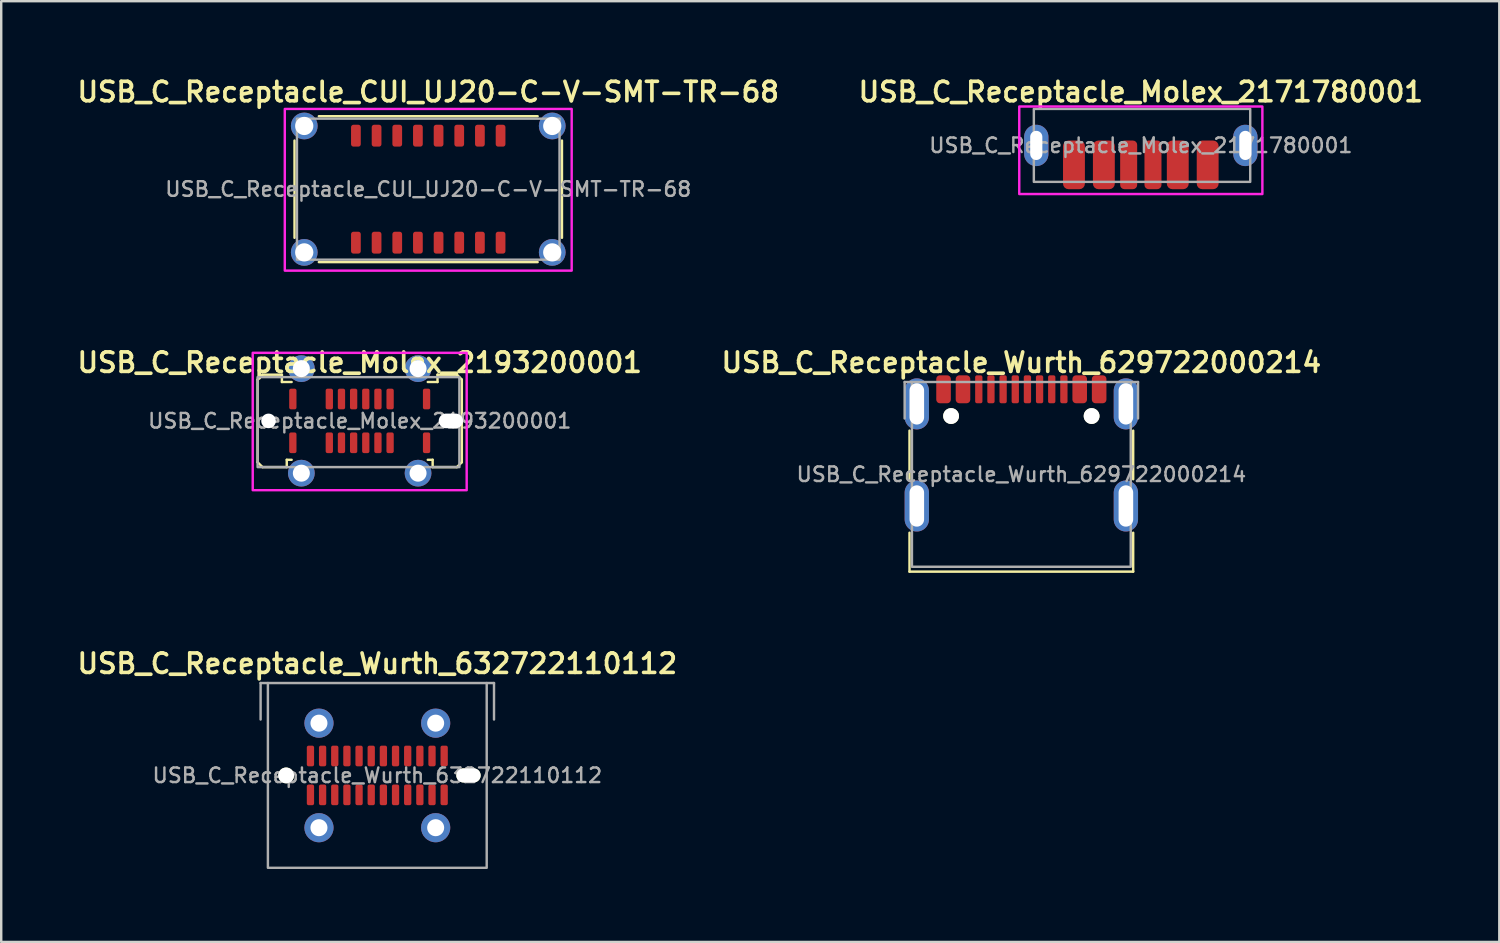
<source format=kicad_pcb>
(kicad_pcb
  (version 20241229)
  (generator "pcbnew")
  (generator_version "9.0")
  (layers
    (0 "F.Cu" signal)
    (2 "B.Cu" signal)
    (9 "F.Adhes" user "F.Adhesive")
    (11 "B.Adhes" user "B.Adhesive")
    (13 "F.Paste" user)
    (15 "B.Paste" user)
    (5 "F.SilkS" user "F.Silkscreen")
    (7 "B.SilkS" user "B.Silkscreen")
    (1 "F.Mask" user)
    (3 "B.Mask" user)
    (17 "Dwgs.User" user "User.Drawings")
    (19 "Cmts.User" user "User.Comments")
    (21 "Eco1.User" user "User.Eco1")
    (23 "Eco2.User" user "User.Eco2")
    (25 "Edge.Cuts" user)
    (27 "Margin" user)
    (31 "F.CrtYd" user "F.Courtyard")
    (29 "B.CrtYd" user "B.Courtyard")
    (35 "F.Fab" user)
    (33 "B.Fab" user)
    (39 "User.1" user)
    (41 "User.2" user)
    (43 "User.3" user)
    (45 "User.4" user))
  (footprint "USB_C_Receptacle_Wurth_629722000214"
    (layer "F.Cu")
    (at 38.959 16.462)
    (property "Reference" "USB_C_Receptacle_Wurth_629722000214" (at 0 -4.6 0) (unlocked yes) (layer "F.SilkS") (effects (font (size 0.8 0.8) (thickness 0.15) (bold yes))))
    (attr smd)
    (fp_line (start -4.6 0.2) (end -4.6 -1.8) (stroke (width 0.1) (type default)) (layer "F.SilkS"))
    (fp_line (start -4.6 2.4) (end -4.6 4) (stroke (width 0.1) (type default)) (layer "F.SilkS"))
    (fp_line (start -4.6 4) (end 4.6 4) (stroke (width 0.1) (type default)) (layer "F.SilkS"))
    (fp_line (start 4.6 0.2) (end 4.6 -1.8) (stroke (width 0.1) (type default)) (layer "F.SilkS"))
    (fp_line (start 4.6 4) (end 4.6 2.4) (stroke (width 0.1) (type default)) (layer "F.SilkS"))
    (fp_line (start -4.8 -3.8) (end -4.5 -3.8) (stroke (width 0.1) (type default)) (layer "F.Fab"))
    (fp_line (start -4.8 -2.3) (end -4.8 -3.8) (stroke (width 0.1) (type default)) (layer "F.Fab"))
    (fp_line (start 4.5 -3.8) (end 4.8 -3.8) (stroke (width 0.1) (type default)) (layer "F.Fab"))
    (fp_line (start 4.8 -3.8) (end 4.8 -2.3) (stroke (width 0.1) (type default)) (layer "F.Fab"))
    (fp_rect (start -4.5 3.8) (end 4.5 -3.8) (stroke (width 0.1) (type default)) (fill no) (layer "F.Fab"))
    (fp_text user "${REFERENCE}" (at 0 0 0) (unlocked yes) (layer "F.Fab") (effects (font (size 0.6 0.6) (thickness 0.1) (bold yes))))
    (pad "" np_thru_hole circle (at -2.89 -2.4) (size 0.65 0.65) (drill 0.65) (layers "F.SilkS"))
    (pad "" np_thru_hole circle (at 2.89 -2.4) (size 0.65 0.65) (drill 0.65) (layers "F.SilkS"))
    (pad "A1" smd roundrect (at -3.2 -3.5) (size 0.6 1.15) (layers "F.Cu" "F.Mask" "F.Paste") (roundrect_rratio 0.25))
    (pad "A4" smd roundrect (at -2.4 -3.5) (size 0.6 1.15) (layers "F.Cu" "F.Mask" "F.Paste") (roundrect_rratio 0.25))
    (pad "A5" smd roundrect (at -1.25 -3.5) (size 0.3 1.15) (layers "F.Cu" "F.Mask" "F.Paste") (roundrect_rratio 0.25))
    (pad "A6" smd roundrect (at -0.25 -3.5) (size 0.3 1.15) (layers "F.Cu" "F.Mask" "F.Paste") (roundrect_rratio 0.25))
    (pad "A7" smd roundrect (at 0.25 -3.5) (size 0.3 1.15) (layers "F.Cu" "F.Mask" "F.Paste") (roundrect_rratio 0.25))
    (pad "A8" smd roundrect (at 1.25 -3.5) (size 0.3 1.15) (layers "F.Cu" "F.Mask" "F.Paste") (roundrect_rratio 0.25))
    (pad "A9" smd roundrect (at 2.4 -3.5) (size 0.6 1.15) (layers "F.Cu" "F.Mask" "F.Paste") (roundrect_rratio 0.25))
    (pad "A12" smd roundrect (at 3.2 -3.5) (size 0.6 1.15) (layers "F.Cu" "F.Mask" "F.Paste") (roundrect_rratio 0.25))
    (pad "B5" smd roundrect (at 1.75 -3.5) (size 0.3 1.15) (layers "F.Cu" "F.Mask" "F.Paste") (roundrect_rratio 0.25))
    (pad "B6" smd roundrect (at 0.75 -3.5) (size 0.3 1.15) (layers "F.Cu" "F.Mask" "F.Paste") (roundrect_rratio 0.25))
    (pad "B7" smd roundrect (at -0.75 -3.5) (size 0.3 1.15) (layers "F.Cu" "F.Mask" "F.Paste") (roundrect_rratio 0.25))
    (pad "B8" smd roundrect (at -1.75 -3.5) (size 0.3 1.15) (layers "F.Cu" "F.Mask" "F.Paste") (roundrect_rratio 0.25))
    (pad "B9" thru_hole oval (at -4.3 -2.9) (size 1 2.1) (drill oval 0.6 1.7) (layers "*.Cu" "*.Mask"))
    (pad "B9" thru_hole oval (at -4.3 1.3) (size 1 2.1) (drill oval 0.6 1.7) (layers "*.Cu" "*.Mask"))
    (pad "B9" thru_hole oval (at 4.3 -2.9) (size 1 2.1) (drill oval 0.6 1.7) (layers "*.Cu" "*.Mask"))
    (pad "B9" thru_hole oval (at 4.3 1.3) (size 1 2.1) (drill oval 0.6 1.7) (layers "*.Cu" "*.Mask")))
  (footprint "USB_C_Receptacle_Molex_2193200001"
    (layer "F.Cu")
    (at 11.745 14.262)
    (property "Reference" "USB_C_Receptacle_Molex_2193200001" (at 0 -2.4 0) (unlocked yes) (layer "F.SilkS") (effects (font (size 0.8 0.8) (thickness 0.15) (bold yes))))
    (attr smd)
    (fp_line (start -4.2 -1.7) (end -4.2 1.7) (stroke (width 0.1) (type default)) (layer "F.SilkS"))
    (fp_line (start -4.2 -1.7) (end -4 -1.9) (stroke (width 0.1) (type default)) (layer "F.SilkS"))
    (fp_line (start -4.2 1.7) (end -4 1.9) (stroke (width 0.1) (type default)) (layer "F.SilkS"))
    (fp_line (start -4 -1.9) (end -3.2 -1.9) (stroke (width 0.1) (type default)) (layer "F.SilkS"))
    (fp_line (start -4 1.9) (end -3 1.9) (stroke (width 0.1) (type default)) (layer "F.SilkS"))
    (fp_line (start -3.2 -1.9) (end -3.2 -1.6) (stroke (width 0.1) (type default)) (layer "F.SilkS"))
    (fp_line (start -3.2 -1.6) (end -2.8 -1.6) (stroke (width 0.1) (type default)) (layer "F.SilkS"))
    (fp_line (start -3 1.6) (end -2.8 1.6) (stroke (width 0.1) (type default)) (layer "F.SilkS"))
    (fp_line (start -3 1.9) (end -3 1.6) (stroke (width 0.1) (type default)) (layer "F.SilkS"))
    (fp_line (start 3 1.6) (end 2.8 1.6) (stroke (width 0.1) (type default)) (layer "F.SilkS"))
    (fp_line (start 3 1.9) (end 3 1.6) (stroke (width 0.1) (type default)) (layer "F.SilkS"))
    (fp_line (start 3.2 -1.9) (end 3.2 -1.6) (stroke (width 0.1) (type default)) (layer "F.SilkS"))
    (fp_line (start 3.2 -1.6) (end 2.8 -1.6) (stroke (width 0.1) (type default)) (layer "F.SilkS"))
    (fp_line (start 4 -1.9) (end 3.2 -1.9) (stroke (width 0.1) (type default)) (layer "F.SilkS"))
    (fp_line (start 4 1.9) (end 3 1.9) (stroke (width 0.1) (type default)) (layer "F.SilkS"))
    (fp_line (start 4.2 -1.7) (end 4 -1.9) (stroke (width 0.1) (type default)) (layer "F.SilkS"))
    (fp_line (start 4.2 -1.7) (end 4.2 1.7) (stroke (width 0.1) (type default)) (layer "F.SilkS"))
    (fp_line (start 4.2 1.7) (end 4 1.9) (stroke (width 0.1) (type default)) (layer "F.SilkS"))
    (fp_rect (start -4.4 -2.8) (end 4.4 2.85) (stroke (width 0.1) (type default)) (fill no) (layer "F.CrtYd"))
    (fp_rect (start -4.2 -1.8) (end 4.1 1.9) (stroke (width 0.1) (type default)) (fill no) (layer "F.Fab"))
    (fp_text user "${REFERENCE}" (at 0 0 0) (unlocked yes) (layer "F.Fab") (effects (font (size 0.6 0.6) (thickness 0.1) (bold yes))))
    (pad "" np_thru_hole circle (at -3.75 0) (size 0.6 0.6) (drill 0.6) (layers "*.Cu" "*.Mask"))
    (pad "" np_thru_hole oval (at 3.75 0) (size 1 0.6) (drill oval 1 0.6) (layers "*.Cu" "*.Mask"))
    (pad "A1" smd roundrect (at -2.75 -0.9) (size 0.3 0.85) (layers "F.Cu" "F.Mask" "F.Paste") (roundrect_rratio 0.25))
    (pad "A4" smd roundrect (at -1.25 -0.9) (size 0.3 0.85) (layers "F.Cu" "F.Mask" "F.Paste") (roundrect_rratio 0.25))
    (pad "A5" smd roundrect (at -0.75 -0.9) (size 0.3 0.85) (layers "F.Cu" "F.Mask" "F.Paste") (roundrect_rratio 0.25))
    (pad "A6" smd roundrect (at -0.25 -0.9) (size 0.3 0.85) (layers "F.Cu" "F.Mask" "F.Paste") (roundrect_rratio 0.25))
    (pad "A7" smd roundrect (at 0.25 -0.9) (size 0.3 0.85) (layers "F.Cu" "F.Mask" "F.Paste") (roundrect_rratio 0.25))
    (pad "A8" smd roundrect (at 0.75 -0.9) (size 0.3 0.85) (layers "F.Cu" "F.Mask" "F.Paste") (roundrect_rratio 0.25))
    (pad "A9" smd roundrect (at 1.25 -0.9) (size 0.3 0.85) (layers "F.Cu" "F.Mask" "F.Paste") (roundrect_rratio 0.25))
    (pad "A12" smd roundrect (at 2.75 -0.9) (size 0.3 0.85) (layers "F.Cu" "F.Mask" "F.Paste") (roundrect_rratio 0.25))
    (pad "B1" smd roundrect (at 2.75 0.9) (size 0.3 0.85) (layers "F.Cu" "F.Mask" "F.Paste") (roundrect_rratio 0.25))
    (pad "B4" smd roundrect (at 1.25 0.9) (size 0.3 0.85) (layers "F.Cu" "F.Mask" "F.Paste") (roundrect_rratio 0.25))
    (pad "B5" smd roundrect (at 0.75 0.9) (size 0.3 0.85) (layers "F.Cu" "F.Mask" "F.Paste") (roundrect_rratio 0.25))
    (pad "B6" smd roundrect (at 0.25 0.9) (size 0.3 0.85) (layers "F.Cu" "F.Mask" "F.Paste") (roundrect_rratio 0.25))
    (pad "B7" smd roundrect (at -0.25 0.9) (size 0.3 0.85) (layers "F.Cu" "F.Mask" "F.Paste") (roundrect_rratio 0.25))
    (pad "B8" smd roundrect (at -0.75 0.9) (size 0.3 0.85) (layers "F.Cu" "F.Mask" "F.Paste") (roundrect_rratio 0.25))
    (pad "B9" smd roundrect (at -1.25 0.9) (size 0.3 0.85) (layers "F.Cu" "F.Mask" "F.Paste") (roundrect_rratio 0.25))
    (pad "B12" smd roundrect (at -2.75 0.9) (size 0.3 0.85) (layers "F.Cu" "F.Mask" "F.Paste") (roundrect_rratio 0.25))
    (pad "S1" thru_hole circle (at -2.4 -2.15) (size 1.1 1.1) (drill 0.7) (layers "*.Cu" "*.Mask"))
    (pad "S1" thru_hole circle (at -2.4 2.15) (size 1.1 1.1) (drill 0.7) (layers "*.Cu" "*.Mask"))
    (pad "S1" thru_hole circle (at 2.4 -2.15) (size 1.1 1.1) (drill 0.7) (layers "*.Cu" "*.Mask"))
    (pad "S1" thru_hole circle (at 2.4 2.15) (size 1.1 1.1) (drill 0.7) (layers "*.Cu" "*.Mask")))
  (footprint "USB_C_Receptacle_CUI_UJ20-C-V-SMT-TR-68"
    (layer "F.Cu")
    (at 14.564 4.731)
    (property "Reference" "USB_C_Receptacle_CUI_UJ20-C-V-SMT-TR-68" (at 0 -4 0) (unlocked yes) (layer "F.SilkS") (effects (font (size 0.8 0.8) (thickness 0.15) (bold yes))))
    (attr smd)
    (fp_line (start -5.5 -2) (end -5.5 2) (stroke (width 0.1) (type default)) (layer "F.SilkS"))
    (fp_line (start -4.5 3) (end 4.5 3) (stroke (width 0.1) (type default)) (layer "F.SilkS"))
    (fp_line (start 4.5 -3) (end -4.5 -3) (stroke (width 0.1) (type default)) (layer "F.SilkS"))
    (fp_line (start 5.5 2) (end 5.5 -2) (stroke (width 0.1) (type default)) (layer "F.SilkS"))
    (fp_rect (start -5.9 -3.3) (end 5.9 3.35) (stroke (width 0.1) (type default)) (fill no) (layer "F.CrtYd"))
    (fp_rect (start -5.4 -2.9) (end 5.4 2.9) (stroke (width 0.1) (type default)) (fill no) (layer "F.Fab"))
    (fp_text user "${REFERENCE}" (at 0 0 0) (unlocked yes) (layer "F.Fab") (effects (font (size 0.6 0.6) (thickness 0.1) (bold yes))))
    (pad "A1" smd roundrect (at -2.975 -2.2) (size 0.4 0.9) (layers "F.Cu" "F.Mask" "F.Paste") (roundrect_rratio 0.25))
    (pad "A4" smd roundrect (at -2.125 -2.2) (size 0.4 0.9) (layers "F.Cu" "F.Mask" "F.Paste") (roundrect_rratio 0.25))
    (pad "A5" smd roundrect (at -1.275 -2.2) (size 0.4 0.9) (layers "F.Cu" "F.Mask" "F.Paste") (roundrect_rratio 0.25))
    (pad "A6" smd roundrect (at -0.425 -2.2) (size 0.4 0.9) (layers "F.Cu" "F.Mask" "F.Paste") (roundrect_rratio 0.25))
    (pad "A7" smd roundrect (at 0.425 -2.2) (size 0.4 0.9) (layers "F.Cu" "F.Mask" "F.Paste") (roundrect_rratio 0.25))
    (pad "A8" smd roundrect (at 1.275 -2.2) (size 0.4 0.9) (layers "F.Cu" "F.Mask" "F.Paste") (roundrect_rratio 0.25))
    (pad "A9" smd roundrect (at 2.125 -2.2) (size 0.4 0.9) (layers "F.Cu" "F.Mask" "F.Paste") (roundrect_rratio 0.25))
    (pad "A12" smd roundrect (at 2.975 -2.2) (size 0.4 0.9) (layers "F.Cu" "F.Mask" "F.Paste") (roundrect_rratio 0.25))
    (pad "B1" smd roundrect (at 2.975 2.2) (size 0.4 0.9) (layers "F.Cu" "F.Mask" "F.Paste") (roundrect_rratio 0.25))
    (pad "B4" smd roundrect (at 2.125 2.2) (size 0.4 0.9) (layers "F.Cu" "F.Mask" "F.Paste") (roundrect_rratio 0.25))
    (pad "B5" smd roundrect (at 1.275 2.2) (size 0.4 0.9) (layers "F.Cu" "F.Mask" "F.Paste") (roundrect_rratio 0.25))
    (pad "B6" smd roundrect (at 0.425 2.2) (size 0.4 0.9) (layers "F.Cu" "F.Mask" "F.Paste") (roundrect_rratio 0.25))
    (pad "B7" smd roundrect (at -0.425 2.2) (size 0.4 0.9) (layers "F.Cu" "F.Mask" "F.Paste") (roundrect_rratio 0.25))
    (pad "B8" smd roundrect (at -1.275 2.2) (size 0.4 0.9) (layers "F.Cu" "F.Mask" "F.Paste") (roundrect_rratio 0.25))
    (pad "B9" smd roundrect (at -2.125 2.2) (size 0.4 0.9) (layers "F.Cu" "F.Mask" "F.Paste") (roundrect_rratio 0.25))
    (pad "B12" smd roundrect (at -2.975 2.2) (size 0.4 0.9) (layers "F.Cu" "F.Mask" "F.Paste") (roundrect_rratio 0.25))
    (pad "S1" thru_hole circle (at -5.1 -2.6) (size 1.1 1.1) (drill 0.75) (layers "*.Cu" "*.Mask"))
    (pad "S1" thru_hole circle (at -5.1 2.6) (size 1.1 1.1) (drill 0.75) (layers "*.Cu" "*.Mask"))
    (pad "S1" thru_hole circle (at 5.1 -2.6) (size 1.1 1.1) (drill 0.75) (layers "*.Cu" "*.Mask"))
    (pad "S1" thru_hole circle (at 5.1 2.6) (size 1.1 1.1) (drill 0.75) (layers "*.Cu" "*.Mask")))
  (footprint "USB_C_Receptacle_Wurth_632722110112"
    (layer "F.Cu")
    (at 12.469 28.844)
    (property "Reference" "USB_C_Receptacle_Wurth_632722110112" (at 0 -4.6 0) (unlocked yes) (layer "F.SilkS") (effects (font (size 0.8 0.8) (thickness 0.15) (bold yes))))
    (attr smd)
    (fp_line (start -4.8 -3.8) (end -4.5 -3.8) (stroke (width 0.1) (type default)) (layer "F.Fab"))
    (fp_line (start -4.8 -2.3) (end -4.8 -3.8) (stroke (width 0.1) (type default)) (layer "F.Fab"))
    (fp_line (start 4.5 -3.8) (end 4.8 -3.8) (stroke (width 0.1) (type default)) (layer "F.Fab"))
    (fp_line (start 4.8 -3.8) (end 4.8 -2.3) (stroke (width 0.1) (type default)) (layer "F.Fab"))
    (fp_rect (start -4.5 3.8) (end 4.5 -3.8) (stroke (width 0.1) (type default)) (fill no) (layer "F.Fab"))
    (fp_text user "${REFERENCE}" (at 0 0 0) (unlocked yes) (layer "F.Fab") (effects (font (size 0.6 0.6) (thickness 0.1) (bold yes))))
    (pad "" np_thru_hole circle (at -3.75 0) (size 0.65 0.65) (drill 0.65) (layers "F.SilkS"))
    (pad "" np_thru_hole oval (at 3.75 0) (size 1 0.58) (drill oval 1 0.58) (layers "F.SilkS"))
    (pad "A1" smd roundrect (at -2.75 -0.8) (size 0.3 0.85) (layers "F.Cu" "F.Mask" "F.Paste") (roundrect_rratio 0.25))
    (pad "A2" smd roundrect (at -2.25 -0.8) (size 0.3 0.85) (layers "F.Cu" "F.Mask" "F.Paste") (roundrect_rratio 0.25))
    (pad "A3" smd roundrect (at -1.75 -0.8) (size 0.3 0.85) (layers "F.Cu" "F.Mask" "F.Paste") (roundrect_rratio 0.25))
    (pad "A4" smd roundrect (at -1.25 -0.8) (size 0.3 0.85) (layers "F.Cu" "F.Mask" "F.Paste") (roundrect_rratio 0.25))
    (pad "A5" smd roundrect (at -0.75 -0.8) (size 0.3 0.85) (layers "F.Cu" "F.Mask" "F.Paste") (roundrect_rratio 0.25))
    (pad "A6" smd roundrect (at -0.25 -0.8) (size 0.3 0.85) (layers "F.Cu" "F.Mask" "F.Paste") (roundrect_rratio 0.25))
    (pad "A7" smd roundrect (at 0.25 -0.8) (size 0.3 0.85) (layers "F.Cu" "F.Mask" "F.Paste") (roundrect_rratio 0.25))
    (pad "A8" smd roundrect (at 0.75 -0.8) (size 0.3 0.85) (layers "F.Cu" "F.Mask" "F.Paste") (roundrect_rratio 0.25))
    (pad "A9" smd roundrect (at 1.25 -0.8) (size 0.3 0.85) (layers "F.Cu" "F.Mask" "F.Paste") (roundrect_rratio 0.25))
    (pad "A10" smd roundrect (at 1.75 -0.8) (size 0.3 0.85) (layers "F.Cu" "F.Mask" "F.Paste") (roundrect_rratio 0.25))
    (pad "A11" smd roundrect (at 2.25 -0.8) (size 0.3 0.85) (layers "F.Cu" "F.Mask" "F.Paste") (roundrect_rratio 0.25))
    (pad "A12" smd roundrect (at 2.75 -0.8) (size 0.3 0.85) (layers "F.Cu" "F.Mask" "F.Paste") (roundrect_rratio 0.25))
    (pad "B1" smd roundrect (at 2.75 0.8) (size 0.3 0.85) (layers "F.Cu" "F.Mask" "F.Paste") (roundrect_rratio 0.25))
    (pad "B2" smd roundrect (at 2.25 0.8) (size 0.3 0.85) (layers "F.Cu" "F.Mask" "F.Paste") (roundrect_rratio 0.25))
    (pad "B3" smd roundrect (at 1.75 0.8) (size 0.3 0.85) (layers "F.Cu" "F.Mask" "F.Paste") (roundrect_rratio 0.25))
    (pad "B4" smd roundrect (at 1.25 0.8) (size 0.3 0.85) (layers "F.Cu" "F.Mask" "F.Paste") (roundrect_rratio 0.25))
    (pad "B5" smd roundrect (at 0.75 0.8) (size 0.3 0.85) (layers "F.Cu" "F.Mask" "F.Paste") (roundrect_rratio 0.25))
    (pad "B6" smd roundrect (at 0.25 0.8) (size 0.3 0.85) (layers "F.Cu" "F.Mask" "F.Paste") (roundrect_rratio 0.25))
    (pad "B7" smd roundrect (at -0.25 0.8) (size 0.3 0.85) (layers "F.Cu" "F.Mask" "F.Paste") (roundrect_rratio 0.25))
    (pad "B8" smd roundrect (at -0.75 0.8) (size 0.3 0.85) (layers "F.Cu" "F.Mask" "F.Paste") (roundrect_rratio 0.25))
    (pad "B9" smd roundrect (at -1.25 0.8) (size 0.3 0.85) (layers "F.Cu" "F.Mask" "F.Paste") (roundrect_rratio 0.25))
    (pad "B10" smd roundrect (at -1.75 0.8) (size 0.3 0.85) (layers "F.Cu" "F.Mask" "F.Paste") (roundrect_rratio 0.25))
    (pad "B11" smd roundrect (at -2.25 0.8) (size 0.3 0.85) (layers "F.Cu" "F.Mask" "F.Paste") (roundrect_rratio 0.25))
    (pad "B12" smd roundrect (at -2.75 0.8) (size 0.3 0.85) (layers "F.Cu" "F.Mask" "F.Paste") (roundrect_rratio 0.25))
    (pad "SH" thru_hole circle (at -2.4 -2.15) (size 1.2 1.2) (drill 0.7) (layers "*.Cu" "*.Mask"))
    (pad "SH" thru_hole circle (at -2.4 2.15) (size 1.2 1.2) (drill 0.7) (layers "*.Cu" "*.Mask"))
    (pad "SH" thru_hole circle (at 2.4 -2.15) (size 1.2 1.2) (drill 0.7) (layers "*.Cu" "*.Mask"))
    (pad "SH" thru_hole circle (at 2.4 2.15) (size 1.2 1.2) (drill 0.7) (layers "*.Cu" "*.Mask")))
  (footprint "USB_C_Receptacle_Molex_2171780001"
    (layer "F.Cu")
    (at 43.873 2.931)
    (property "Reference" "USB_C_Receptacle_Molex_2171780001" (at 0 -2.2 0) (unlocked yes) (layer "F.SilkS") (effects (font (size 0.8 0.8) (thickness 0.15) (bold yes))))
    (attr smd)
    (fp_rect (start -5 -1.6) (end 5 2) (stroke (width 0.1) (type default)) (fill no) (layer "F.CrtYd"))
    (fp_rect (start -4.4 -1.5) (end 4.5 1.5) (stroke (width 0.1) (type default)) (fill no) (layer "F.Fab"))
    (fp_text user "${REFERENCE}" (at 0 0 0) (unlocked yes) (layer "F.Fab") (effects (font (size 0.6 0.6) (thickness 0.1) (bold yes))))
    (pad "A5" smd roundrect (at -0.5 0.8) (size 0.7 2) (layers "F.Cu" "F.Mask" "F.Paste") (roundrect_rratio 0.25))
    (pad "A9" smd roundrect (at 1.52 0.8) (size 0.9 2) (layers "F.Cu" "F.Mask" "F.Paste") (roundrect_rratio 0.25))
    (pad "A12" smd roundrect (at 2.75 0.8) (size 0.9 2) (layers "F.Cu" "F.Mask" "F.Paste") (roundrect_rratio 0.25))
    (pad "B5" smd roundrect (at 0.5 0.8) (size 0.7 2) (layers "F.Cu" "F.Mask" "F.Paste") (roundrect_rratio 0.25))
    (pad "B9" smd roundrect (at -1.52 0.8) (size 0.9 2) (layers "F.Cu" "F.Mask" "F.Paste") (roundrect_rratio 0.25))
    (pad "B12" smd roundrect (at -2.75 0.8) (size 0.9 2) (layers "F.Cu" "F.Mask" "F.Paste") (roundrect_rratio 0.25))
    (pad "S1" thru_hole oval (at -4.3 0) (size 1 1.7) (drill oval 0.5 1.2) (layers "*.Cu" "*.Mask"))
    (pad "S1" thru_hole oval (at 4.3 0) (size 1 1.7) (drill oval 0.5 1.2) (layers "*.Cu" "*.Mask")))
  (gr_rect
    (start -3 -3)
    (end 58.618 35.694)
    (stroke (width 0.1) (type default))
    (fill no)
    (layer "Edge.Cuts")))
</source>
